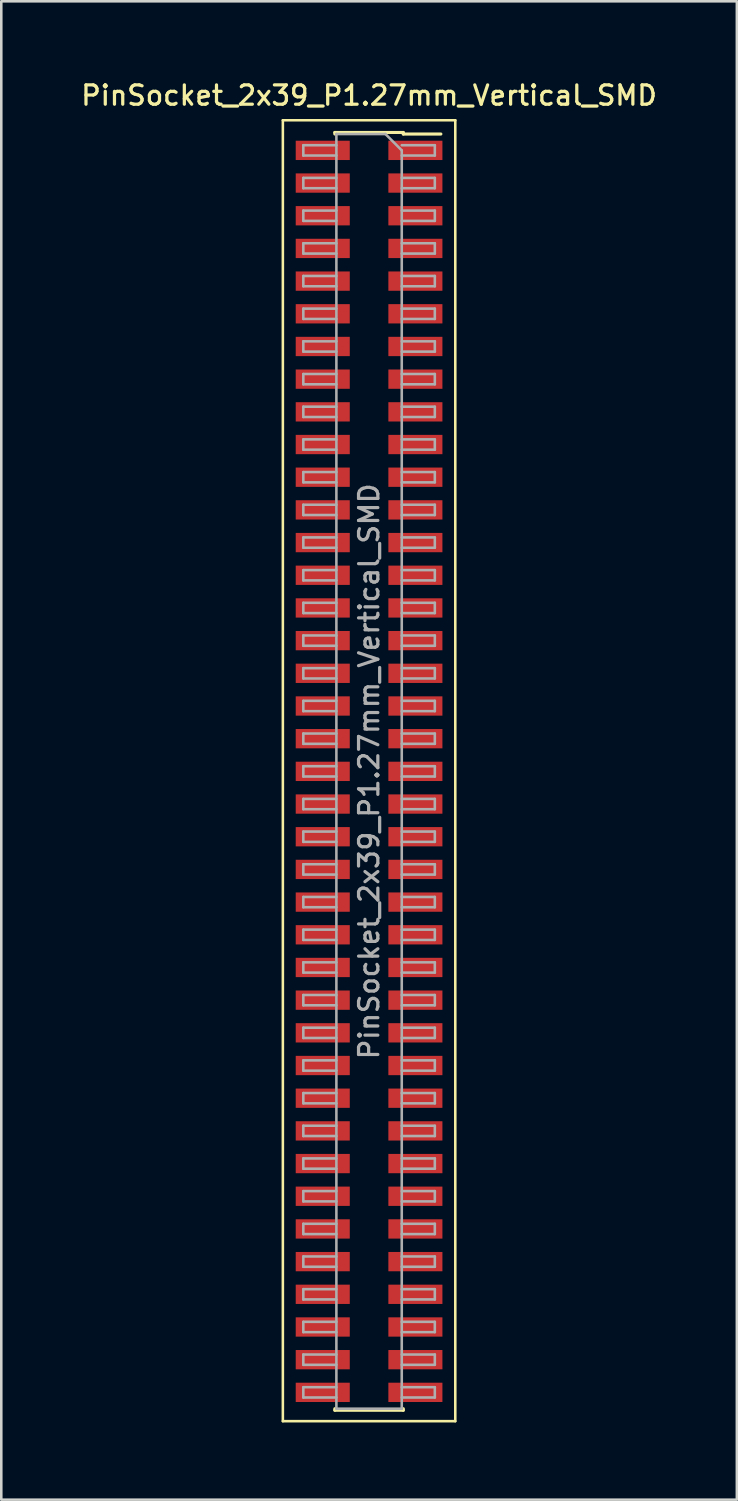
<source format=kicad_pcb>
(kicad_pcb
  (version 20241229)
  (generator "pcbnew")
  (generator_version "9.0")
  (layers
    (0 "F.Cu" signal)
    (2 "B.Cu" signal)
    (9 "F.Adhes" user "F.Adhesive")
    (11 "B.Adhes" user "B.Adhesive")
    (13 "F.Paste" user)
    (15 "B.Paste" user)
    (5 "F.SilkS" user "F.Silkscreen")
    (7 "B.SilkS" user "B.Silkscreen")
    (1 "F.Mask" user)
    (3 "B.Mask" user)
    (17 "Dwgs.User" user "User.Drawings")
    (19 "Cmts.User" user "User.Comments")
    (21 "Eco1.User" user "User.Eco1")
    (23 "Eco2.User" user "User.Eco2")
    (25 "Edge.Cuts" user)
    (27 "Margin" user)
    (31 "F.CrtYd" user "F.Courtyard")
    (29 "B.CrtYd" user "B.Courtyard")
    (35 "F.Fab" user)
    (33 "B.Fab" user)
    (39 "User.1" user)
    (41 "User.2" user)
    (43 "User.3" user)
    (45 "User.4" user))
  (footprint "PinSocket_2x39_P1.27mm_Vertical_SMD"
    (layer "F.Cu")
    (at 11.291 26.923)
    (property "Reference" "PinSocket_2x39_P1.27mm_Vertical_SMD" (at 0 -26.265 0) (layer "F.SilkS") (effects (font (size 0.75 0.75) (thickness 0.125))))
    (attr smd)
    (fp_line (start -3.35 -25.3) (end 3.35 -25.3) (stroke (width 0.1) (type solid)) (layer "F.SilkS"))
    (fp_line (start -3.35 25.25) (end -3.35 -25.3) (stroke (width 0.1) (type solid)) (layer "F.SilkS"))
    (fp_line (start -1.33 -24.825) (end -1.33 -24.765) (stroke (width 0.12) (type solid)) (layer "F.SilkS"))
    (fp_line (start -1.33 -24.825) (end 1.33 -24.825) (stroke (width 0.12) (type solid)) (layer "F.SilkS"))
    (fp_line (start -1.33 24.765) (end -1.33 24.825) (stroke (width 0.12) (type solid)) (layer "F.SilkS"))
    (fp_line (start -1.33 24.825) (end 1.33 24.825) (stroke (width 0.12) (type solid)) (layer "F.SilkS"))
    (fp_line (start 1.33 -24.825) (end 1.33 -24.765) (stroke (width 0.12) (type solid)) (layer "F.SilkS"))
    (fp_line (start 1.33 -24.765) (end 2.79 -24.765) (stroke (width 0.12) (type solid)) (layer "F.SilkS"))
    (fp_line (start 1.33 24.765) (end 1.33 24.825) (stroke (width 0.12) (type solid)) (layer "F.SilkS"))
    (fp_line (start 3.35 -25.3) (end 3.35 25.25) (stroke (width 0.1) (type solid)) (layer "F.SilkS"))
    (fp_line (start 3.35 25.25) (end -3.35 25.25) (stroke (width 0.1) (type solid)) (layer "F.SilkS"))
    (fp_line (start -2.555 -24.33) (end -1.27 -24.33) (stroke (width 0.1) (type solid)) (layer "F.Fab"))
    (fp_line (start -2.555 -23.93) (end -2.555 -24.33) (stroke (width 0.1) (type solid)) (layer "F.Fab"))
    (fp_line (start -2.555 -23.06) (end -1.27 -23.06) (stroke (width 0.1) (type solid)) (layer "F.Fab"))
    (fp_line (start -2.555 -22.66) (end -2.555 -23.06) (stroke (width 0.1) (type solid)) (layer "F.Fab"))
    (fp_line (start -2.555 -21.79) (end -1.27 -21.79) (stroke (width 0.1) (type solid)) (layer "F.Fab"))
    (fp_line (start -2.555 -21.39) (end -2.555 -21.79) (stroke (width 0.1) (type solid)) (layer "F.Fab"))
    (fp_line (start -2.555 -20.52) (end -1.27 -20.52) (stroke (width 0.1) (type solid)) (layer "F.Fab"))
    (fp_line (start -2.555 -20.12) (end -2.555 -20.52) (stroke (width 0.1) (type solid)) (layer "F.Fab"))
    (fp_line (start -2.555 -19.25) (end -1.27 -19.25) (stroke (width 0.1) (type solid)) (layer "F.Fab"))
    (fp_line (start -2.555 -18.85) (end -2.555 -19.25) (stroke (width 0.1) (type solid)) (layer "F.Fab"))
    (fp_line (start -2.555 -17.98) (end -1.27 -17.98) (stroke (width 0.1) (type solid)) (layer "F.Fab"))
    (fp_line (start -2.555 -17.58) (end -2.555 -17.98) (stroke (width 0.1) (type solid)) (layer "F.Fab"))
    (fp_line (start -2.555 -16.71) (end -1.27 -16.71) (stroke (width 0.1) (type solid)) (layer "F.Fab"))
    (fp_line (start -2.555 -16.31) (end -2.555 -16.71) (stroke (width 0.1) (type solid)) (layer "F.Fab"))
    (fp_line (start -2.555 -15.44) (end -1.27 -15.44) (stroke (width 0.1) (type solid)) (layer "F.Fab"))
    (fp_line (start -2.555 -15.04) (end -2.555 -15.44) (stroke (width 0.1) (type solid)) (layer "F.Fab"))
    (fp_line (start -2.555 -14.17) (end -1.27 -14.17) (stroke (width 0.1) (type solid)) (layer "F.Fab"))
    (fp_line (start -2.555 -13.77) (end -2.555 -14.17) (stroke (width 0.1) (type solid)) (layer "F.Fab"))
    (fp_line (start -2.555 -12.9) (end -1.27 -12.9) (stroke (width 0.1) (type solid)) (layer "F.Fab"))
    (fp_line (start -2.555 -12.5) (end -2.555 -12.9) (stroke (width 0.1) (type solid)) (layer "F.Fab"))
    (fp_line (start -2.555 -11.63) (end -1.27 -11.63) (stroke (width 0.1) (type solid)) (layer "F.Fab"))
    (fp_line (start -2.555 -11.23) (end -2.555 -11.63) (stroke (width 0.1) (type solid)) (layer "F.Fab"))
    (fp_line (start -2.555 -10.36) (end -1.27 -10.36) (stroke (width 0.1) (type solid)) (layer "F.Fab"))
    (fp_line (start -2.555 -9.96) (end -2.555 -10.36) (stroke (width 0.1) (type solid)) (layer "F.Fab"))
    (fp_line (start -2.555 -9.09) (end -1.27 -9.09) (stroke (width 0.1) (type solid)) (layer "F.Fab"))
    (fp_line (start -2.555 -8.69) (end -2.555 -9.09) (stroke (width 0.1) (type solid)) (layer "F.Fab"))
    (fp_line (start -2.555 -7.82) (end -1.27 -7.82) (stroke (width 0.1) (type solid)) (layer "F.Fab"))
    (fp_line (start -2.555 -7.42) (end -2.555 -7.82) (stroke (width 0.1) (type solid)) (layer "F.Fab"))
    (fp_line (start -2.555 -6.55) (end -1.27 -6.55) (stroke (width 0.1) (type solid)) (layer "F.Fab"))
    (fp_line (start -2.555 -6.15) (end -2.555 -6.55) (stroke (width 0.1) (type solid)) (layer "F.Fab"))
    (fp_line (start -2.555 -5.28) (end -1.27 -5.28) (stroke (width 0.1) (type solid)) (layer "F.Fab"))
    (fp_line (start -2.555 -4.88) (end -2.555 -5.28) (stroke (width 0.1) (type solid)) (layer "F.Fab"))
    (fp_line (start -2.555 -4.01) (end -1.27 -4.01) (stroke (width 0.1) (type solid)) (layer "F.Fab"))
    (fp_line (start -2.555 -3.61) (end -2.555 -4.01) (stroke (width 0.1) (type solid)) (layer "F.Fab"))
    (fp_line (start -2.555 -2.74) (end -1.27 -2.74) (stroke (width 0.1) (type solid)) (layer "F.Fab"))
    (fp_line (start -2.555 -2.34) (end -2.555 -2.74) (stroke (width 0.1) (type solid)) (layer "F.Fab"))
    (fp_line (start -2.555 -1.47) (end -1.27 -1.47) (stroke (width 0.1) (type solid)) (layer "F.Fab"))
    (fp_line (start -2.555 -1.07) (end -2.555 -1.47) (stroke (width 0.1) (type solid)) (layer "F.Fab"))
    (fp_line (start -2.555 -0.2) (end -1.27 -0.2) (stroke (width 0.1) (type solid)) (layer "F.Fab"))
    (fp_line (start -2.555 0.2) (end -2.555 -0.2) (stroke (width 0.1) (type solid)) (layer "F.Fab"))
    (fp_line (start -2.555 1.07) (end -1.27 1.07) (stroke (width 0.1) (type solid)) (layer "F.Fab"))
    (fp_line (start -2.555 1.47) (end -2.555 1.07) (stroke (width 0.1) (type solid)) (layer "F.Fab"))
    (fp_line (start -2.555 2.34) (end -1.27 2.34) (stroke (width 0.1) (type solid)) (layer "F.Fab"))
    (fp_line (start -2.555 2.74) (end -2.555 2.34) (stroke (width 0.1) (type solid)) (layer "F.Fab"))
    (fp_line (start -2.555 3.61) (end -1.27 3.61) (stroke (width 0.1) (type solid)) (layer "F.Fab"))
    (fp_line (start -2.555 4.01) (end -2.555 3.61) (stroke (width 0.1) (type solid)) (layer "F.Fab"))
    (fp_line (start -2.555 4.88) (end -1.27 4.88) (stroke (width 0.1) (type solid)) (layer "F.Fab"))
    (fp_line (start -2.555 5.28) (end -2.555 4.88) (stroke (width 0.1) (type solid)) (layer "F.Fab"))
    (fp_line (start -2.555 6.15) (end -1.27 6.15) (stroke (width 0.1) (type solid)) (layer "F.Fab"))
    (fp_line (start -2.555 6.55) (end -2.555 6.15) (stroke (width 0.1) (type solid)) (layer "F.Fab"))
    (fp_line (start -2.555 7.42) (end -1.27 7.42) (stroke (width 0.1) (type solid)) (layer "F.Fab"))
    (fp_line (start -2.555 7.82) (end -2.555 7.42) (stroke (width 0.1) (type solid)) (layer "F.Fab"))
    (fp_line (start -2.555 8.69) (end -1.27 8.69) (stroke (width 0.1) (type solid)) (layer "F.Fab"))
    (fp_line (start -2.555 9.09) (end -2.555 8.69) (stroke (width 0.1) (type solid)) (layer "F.Fab"))
    (fp_line (start -2.555 9.96) (end -1.27 9.96) (stroke (width 0.1) (type solid)) (layer "F.Fab"))
    (fp_line (start -2.555 10.36) (end -2.555 9.96) (stroke (width 0.1) (type solid)) (layer "F.Fab"))
    (fp_line (start -2.555 11.23) (end -1.27 11.23) (stroke (width 0.1) (type solid)) (layer "F.Fab"))
    (fp_line (start -2.555 11.63) (end -2.555 11.23) (stroke (width 0.1) (type solid)) (layer "F.Fab"))
    (fp_line (start -2.555 12.5) (end -1.27 12.5) (stroke (width 0.1) (type solid)) (layer "F.Fab"))
    (fp_line (start -2.555 12.9) (end -2.555 12.5) (stroke (width 0.1) (type solid)) (layer "F.Fab"))
    (fp_line (start -2.555 13.77) (end -1.27 13.77) (stroke (width 0.1) (type solid)) (layer "F.Fab"))
    (fp_line (start -2.555 14.17) (end -2.555 13.77) (stroke (width 0.1) (type solid)) (layer "F.Fab"))
    (fp_line (start -2.555 15.04) (end -1.27 15.04) (stroke (width 0.1) (type solid)) (layer "F.Fab"))
    (fp_line (start -2.555 15.44) (end -2.555 15.04) (stroke (width 0.1) (type solid)) (layer "F.Fab"))
    (fp_line (start -2.555 16.31) (end -1.27 16.31) (stroke (width 0.1) (type solid)) (layer "F.Fab"))
    (fp_line (start -2.555 16.71) (end -2.555 16.31) (stroke (width 0.1) (type solid)) (layer "F.Fab"))
    (fp_line (start -2.555 17.58) (end -1.27 17.58) (stroke (width 0.1) (type solid)) (layer "F.Fab"))
    (fp_line (start -2.555 17.98) (end -2.555 17.58) (stroke (width 0.1) (type solid)) (layer "F.Fab"))
    (fp_line (start -2.555 18.85) (end -1.27 18.85) (stroke (width 0.1) (type solid)) (layer "F.Fab"))
    (fp_line (start -2.555 19.25) (end -2.555 18.85) (stroke (width 0.1) (type solid)) (layer "F.Fab"))
    (fp_line (start -2.555 20.12) (end -1.27 20.12) (stroke (width 0.1) (type solid)) (layer "F.Fab"))
    (fp_line (start -2.555 20.52) (end -2.555 20.12) (stroke (width 0.1) (type solid)) (layer "F.Fab"))
    (fp_line (start -2.555 21.39) (end -1.27 21.39) (stroke (width 0.1) (type solid)) (layer "F.Fab"))
    (fp_line (start -2.555 21.79) (end -2.555 21.39) (stroke (width 0.1) (type solid)) (layer "F.Fab"))
    (fp_line (start -2.555 22.66) (end -1.27 22.66) (stroke (width 0.1) (type solid)) (layer "F.Fab"))
    (fp_line (start -2.555 23.06) (end -2.555 22.66) (stroke (width 0.1) (type solid)) (layer "F.Fab"))
    (fp_line (start -2.555 23.93) (end -1.27 23.93) (stroke (width 0.1) (type solid)) (layer "F.Fab"))
    (fp_line (start -2.555 24.33) (end -2.555 23.93) (stroke (width 0.1) (type solid)) (layer "F.Fab"))
    (fp_line (start -1.27 -24.765) (end 0.635 -24.765) (stroke (width 0.1) (type solid)) (layer "F.Fab"))
    (fp_line (start -1.27 -23.93) (end -2.555 -23.93) (stroke (width 0.1) (type solid)) (layer "F.Fab"))
    (fp_line (start -1.27 -22.66) (end -2.555 -22.66) (stroke (width 0.1) (type solid)) (layer "F.Fab"))
    (fp_line (start -1.27 -21.39) (end -2.555 -21.39) (stroke (width 0.1) (type solid)) (layer "F.Fab"))
    (fp_line (start -1.27 -20.12) (end -2.555 -20.12) (stroke (width 0.1) (type solid)) (layer "F.Fab"))
    (fp_line (start -1.27 -18.85) (end -2.555 -18.85) (stroke (width 0.1) (type solid)) (layer "F.Fab"))
    (fp_line (start -1.27 -17.58) (end -2.555 -17.58) (stroke (width 0.1) (type solid)) (layer "F.Fab"))
    (fp_line (start -1.27 -16.31) (end -2.555 -16.31) (stroke (width 0.1) (type solid)) (layer "F.Fab"))
    (fp_line (start -1.27 -15.04) (end -2.555 -15.04) (stroke (width 0.1) (type solid)) (layer "F.Fab"))
    (fp_line (start -1.27 -13.77) (end -2.555 -13.77) (stroke (width 0.1) (type solid)) (layer "F.Fab"))
    (fp_line (start -1.27 -12.5) (end -2.555 -12.5) (stroke (width 0.1) (type solid)) (layer "F.Fab"))
    (fp_line (start -1.27 -11.23) (end -2.555 -11.23) (stroke (width 0.1) (type solid)) (layer "F.Fab"))
    (fp_line (start -1.27 -9.96) (end -2.555 -9.96) (stroke (width 0.1) (type solid)) (layer "F.Fab"))
    (fp_line (start -1.27 -8.69) (end -2.555 -8.69) (stroke (width 0.1) (type solid)) (layer "F.Fab"))
    (fp_line (start -1.27 -7.42) (end -2.555 -7.42) (stroke (width 0.1) (type solid)) (layer "F.Fab"))
    (fp_line (start -1.27 -6.15) (end -2.555 -6.15) (stroke (width 0.1) (type solid)) (layer "F.Fab"))
    (fp_line (start -1.27 -4.88) (end -2.555 -4.88) (stroke (width 0.1) (type solid)) (layer "F.Fab"))
    (fp_line (start -1.27 -3.61) (end -2.555 -3.61) (stroke (width 0.1) (type solid)) (layer "F.Fab"))
    (fp_line (start -1.27 -2.34) (end -2.555 -2.34) (stroke (width 0.1) (type solid)) (layer "F.Fab"))
    (fp_line (start -1.27 -1.07) (end -2.555 -1.07) (stroke (width 0.1) (type solid)) (layer "F.Fab"))
    (fp_line (start -1.27 0.2) (end -2.555 0.2) (stroke (width 0.1) (type solid)) (layer "F.Fab"))
    (fp_line (start -1.27 1.47) (end -2.555 1.47) (stroke (width 0.1) (type solid)) (layer "F.Fab"))
    (fp_line (start -1.27 2.74) (end -2.555 2.74) (stroke (width 0.1) (type solid)) (layer "F.Fab"))
    (fp_line (start -1.27 4.01) (end -2.555 4.01) (stroke (width 0.1) (type solid)) (layer "F.Fab"))
    (fp_line (start -1.27 5.28) (end -2.555 5.28) (stroke (width 0.1) (type solid)) (layer "F.Fab"))
    (fp_line (start -1.27 6.55) (end -2.555 6.55) (stroke (width 0.1) (type solid)) (layer "F.Fab"))
    (fp_line (start -1.27 7.82) (end -2.555 7.82) (stroke (width 0.1) (type solid)) (layer "F.Fab"))
    (fp_line (start -1.27 9.09) (end -2.555 9.09) (stroke (width 0.1) (type solid)) (layer "F.Fab"))
    (fp_line (start -1.27 10.36) (end -2.555 10.36) (stroke (width 0.1) (type solid)) (layer "F.Fab"))
    (fp_line (start -1.27 11.63) (end -2.555 11.63) (stroke (width 0.1) (type solid)) (layer "F.Fab"))
    (fp_line (start -1.27 12.9) (end -2.555 12.9) (stroke (width 0.1) (type solid)) (layer "F.Fab"))
    (fp_line (start -1.27 14.17) (end -2.555 14.17) (stroke (width 0.1) (type solid)) (layer "F.Fab"))
    (fp_line (start -1.27 15.44) (end -2.555 15.44) (stroke (width 0.1) (type solid)) (layer "F.Fab"))
    (fp_line (start -1.27 16.71) (end -2.555 16.71) (stroke (width 0.1) (type solid)) (layer "F.Fab"))
    (fp_line (start -1.27 17.98) (end -2.555 17.98) (stroke (width 0.1) (type solid)) (layer "F.Fab"))
    (fp_line (start -1.27 19.25) (end -2.555 19.25) (stroke (width 0.1) (type solid)) (layer "F.Fab"))
    (fp_line (start -1.27 20.52) (end -2.555 20.52) (stroke (width 0.1) (type solid)) (layer "F.Fab"))
    (fp_line (start -1.27 21.79) (end -2.555 21.79) (stroke (width 0.1) (type solid)) (layer "F.Fab"))
    (fp_line (start -1.27 23.06) (end -2.555 23.06) (stroke (width 0.1) (type solid)) (layer "F.Fab"))
    (fp_line (start -1.27 24.33) (end -2.555 24.33) (stroke (width 0.1) (type solid)) (layer "F.Fab"))
    (fp_line (start -1.27 24.765) (end -1.27 -24.765) (stroke (width 0.1) (type solid)) (layer "F.Fab"))
    (fp_line (start 0.635 -24.765) (end 1.27 -24.13) (stroke (width 0.1) (type solid)) (layer "F.Fab"))
    (fp_line (start 1.27 -24.33) (end 2.555 -24.33) (stroke (width 0.1) (type solid)) (layer "F.Fab"))
    (fp_line (start 1.27 -24.13) (end 1.27 24.765) (stroke (width 0.1) (type solid)) (layer "F.Fab"))
    (fp_line (start 1.27 -23.06) (end 2.555 -23.06) (stroke (width 0.1) (type solid)) (layer "F.Fab"))
    (fp_line (start 1.27 -21.79) (end 2.555 -21.79) (stroke (width 0.1) (type solid)) (layer "F.Fab"))
    (fp_line (start 1.27 -20.52) (end 2.555 -20.52) (stroke (width 0.1) (type solid)) (layer "F.Fab"))
    (fp_line (start 1.27 -19.25) (end 2.555 -19.25) (stroke (width 0.1) (type solid)) (layer "F.Fab"))
    (fp_line (start 1.27 -17.98) (end 2.555 -17.98) (stroke (width 0.1) (type solid)) (layer "F.Fab"))
    (fp_line (start 1.27 -16.71) (end 2.555 -16.71) (stroke (width 0.1) (type solid)) (layer "F.Fab"))
    (fp_line (start 1.27 -15.44) (end 2.555 -15.44) (stroke (width 0.1) (type solid)) (layer "F.Fab"))
    (fp_line (start 1.27 -14.17) (end 2.555 -14.17) (stroke (width 0.1) (type solid)) (layer "F.Fab"))
    (fp_line (start 1.27 -12.9) (end 2.555 -12.9) (stroke (width 0.1) (type solid)) (layer "F.Fab"))
    (fp_line (start 1.27 -11.63) (end 2.555 -11.63) (stroke (width 0.1) (type solid)) (layer "F.Fab"))
    (fp_line (start 1.27 -10.36) (end 2.555 -10.36) (stroke (width 0.1) (type solid)) (layer "F.Fab"))
    (fp_line (start 1.27 -9.09) (end 2.555 -9.09) (stroke (width 0.1) (type solid)) (layer "F.Fab"))
    (fp_line (start 1.27 -7.82) (end 2.555 -7.82) (stroke (width 0.1) (type solid)) (layer "F.Fab"))
    (fp_line (start 1.27 -6.55) (end 2.555 -6.55) (stroke (width 0.1) (type solid)) (layer "F.Fab"))
    (fp_line (start 1.27 -5.28) (end 2.555 -5.28) (stroke (width 0.1) (type solid)) (layer "F.Fab"))
    (fp_line (start 1.27 -4.01) (end 2.555 -4.01) (stroke (width 0.1) (type solid)) (layer "F.Fab"))
    (fp_line (start 1.27 -2.74) (end 2.555 -2.74) (stroke (width 0.1) (type solid)) (layer "F.Fab"))
    (fp_line (start 1.27 -1.47) (end 2.555 -1.47) (stroke (width 0.1) (type solid)) (layer "F.Fab"))
    (fp_line (start 1.27 -0.2) (end 2.555 -0.2) (stroke (width 0.1) (type solid)) (layer "F.Fab"))
    (fp_line (start 1.27 1.07) (end 2.555 1.07) (stroke (width 0.1) (type solid)) (layer "F.Fab"))
    (fp_line (start 1.27 2.34) (end 2.555 2.34) (stroke (width 0.1) (type solid)) (layer "F.Fab"))
    (fp_line (start 1.27 3.61) (end 2.555 3.61) (stroke (width 0.1) (type solid)) (layer "F.Fab"))
    (fp_line (start 1.27 4.88) (end 2.555 4.88) (stroke (width 0.1) (type solid)) (layer "F.Fab"))
    (fp_line (start 1.27 6.15) (end 2.555 6.15) (stroke (width 0.1) (type solid)) (layer "F.Fab"))
    (fp_line (start 1.27 7.42) (end 2.555 7.42) (stroke (width 0.1) (type solid)) (layer "F.Fab"))
    (fp_line (start 1.27 8.69) (end 2.555 8.69) (stroke (width 0.1) (type solid)) (layer "F.Fab"))
    (fp_line (start 1.27 9.96) (end 2.555 9.96) (stroke (width 0.1) (type solid)) (layer "F.Fab"))
    (fp_line (start 1.27 11.23) (end 2.555 11.23) (stroke (width 0.1) (type solid)) (layer "F.Fab"))
    (fp_line (start 1.27 12.5) (end 2.555 12.5) (stroke (width 0.1) (type solid)) (layer "F.Fab"))
    (fp_line (start 1.27 13.77) (end 2.555 13.77) (stroke (width 0.1) (type solid)) (layer "F.Fab"))
    (fp_line (start 1.27 15.04) (end 2.555 15.04) (stroke (width 0.1) (type solid)) (layer "F.Fab"))
    (fp_line (start 1.27 16.31) (end 2.555 16.31) (stroke (width 0.1) (type solid)) (layer "F.Fab"))
    (fp_line (start 1.27 17.58) (end 2.555 17.58) (stroke (width 0.1) (type solid)) (layer "F.Fab"))
    (fp_line (start 1.27 18.85) (end 2.555 18.85) (stroke (width 0.1) (type solid)) (layer "F.Fab"))
    (fp_line (start 1.27 20.12) (end 2.555 20.12) (stroke (width 0.1) (type solid)) (layer "F.Fab"))
    (fp_line (start 1.27 21.39) (end 2.555 21.39) (stroke (width 0.1) (type solid)) (layer "F.Fab"))
    (fp_line (start 1.27 22.66) (end 2.555 22.66) (stroke (width 0.1) (type solid)) (layer "F.Fab"))
    (fp_line (start 1.27 23.93) (end 2.555 23.93) (stroke (width 0.1) (type solid)) (layer "F.Fab"))
    (fp_line (start 1.27 24.765) (end -1.27 24.765) (stroke (width 0.1) (type solid)) (layer "F.Fab"))
    (fp_line (start 2.555 -24.33) (end 2.555 -23.93) (stroke (width 0.1) (type solid)) (layer "F.Fab"))
    (fp_line (start 2.555 -23.93) (end 1.27 -23.93) (stroke (width 0.1) (type solid)) (layer "F.Fab"))
    (fp_line (start 2.555 -23.06) (end 2.555 -22.66) (stroke (width 0.1) (type solid)) (layer "F.Fab"))
    (fp_line (start 2.555 -22.66) (end 1.27 -22.66) (stroke (width 0.1) (type solid)) (layer "F.Fab"))
    (fp_line (start 2.555 -21.79) (end 2.555 -21.39) (stroke (width 0.1) (type solid)) (layer "F.Fab"))
    (fp_line (start 2.555 -21.39) (end 1.27 -21.39) (stroke (width 0.1) (type solid)) (layer "F.Fab"))
    (fp_line (start 2.555 -20.52) (end 2.555 -20.12) (stroke (width 0.1) (type solid)) (layer "F.Fab"))
    (fp_line (start 2.555 -20.12) (end 1.27 -20.12) (stroke (width 0.1) (type solid)) (layer "F.Fab"))
    (fp_line (start 2.555 -19.25) (end 2.555 -18.85) (stroke (width 0.1) (type solid)) (layer "F.Fab"))
    (fp_line (start 2.555 -18.85) (end 1.27 -18.85) (stroke (width 0.1) (type solid)) (layer "F.Fab"))
    (fp_line (start 2.555 -17.98) (end 2.555 -17.58) (stroke (width 0.1) (type solid)) (layer "F.Fab"))
    (fp_line (start 2.555 -17.58) (end 1.27 -17.58) (stroke (width 0.1) (type solid)) (layer "F.Fab"))
    (fp_line (start 2.555 -16.71) (end 2.555 -16.31) (stroke (width 0.1) (type solid)) (layer "F.Fab"))
    (fp_line (start 2.555 -16.31) (end 1.27 -16.31) (stroke (width 0.1) (type solid)) (layer "F.Fab"))
    (fp_line (start 2.555 -15.44) (end 2.555 -15.04) (stroke (width 0.1) (type solid)) (layer "F.Fab"))
    (fp_line (start 2.555 -15.04) (end 1.27 -15.04) (stroke (width 0.1) (type solid)) (layer "F.Fab"))
    (fp_line (start 2.555 -14.17) (end 2.555 -13.77) (stroke (width 0.1) (type solid)) (layer "F.Fab"))
    (fp_line (start 2.555 -13.77) (end 1.27 -13.77) (stroke (width 0.1) (type solid)) (layer "F.Fab"))
    (fp_line (start 2.555 -12.9) (end 2.555 -12.5) (stroke (width 0.1) (type solid)) (layer "F.Fab"))
    (fp_line (start 2.555 -12.5) (end 1.27 -12.5) (stroke (width 0.1) (type solid)) (layer "F.Fab"))
    (fp_line (start 2.555 -11.63) (end 2.555 -11.23) (stroke (width 0.1) (type solid)) (layer "F.Fab"))
    (fp_line (start 2.555 -11.23) (end 1.27 -11.23) (stroke (width 0.1) (type solid)) (layer "F.Fab"))
    (fp_line (start 2.555 -10.36) (end 2.555 -9.96) (stroke (width 0.1) (type solid)) (layer "F.Fab"))
    (fp_line (start 2.555 -9.96) (end 1.27 -9.96) (stroke (width 0.1) (type solid)) (layer "F.Fab"))
    (fp_line (start 2.555 -9.09) (end 2.555 -8.69) (stroke (width 0.1) (type solid)) (layer "F.Fab"))
    (fp_line (start 2.555 -8.69) (end 1.27 -8.69) (stroke (width 0.1) (type solid)) (layer "F.Fab"))
    (fp_line (start 2.555 -7.82) (end 2.555 -7.42) (stroke (width 0.1) (type solid)) (layer "F.Fab"))
    (fp_line (start 2.555 -7.42) (end 1.27 -7.42) (stroke (width 0.1) (type solid)) (layer "F.Fab"))
    (fp_line (start 2.555 -6.55) (end 2.555 -6.15) (stroke (width 0.1) (type solid)) (layer "F.Fab"))
    (fp_line (start 2.555 -6.15) (end 1.27 -6.15) (stroke (width 0.1) (type solid)) (layer "F.Fab"))
    (fp_line (start 2.555 -5.28) (end 2.555 -4.88) (stroke (width 0.1) (type solid)) (layer "F.Fab"))
    (fp_line (start 2.555 -4.88) (end 1.27 -4.88) (stroke (width 0.1) (type solid)) (layer "F.Fab"))
    (fp_line (start 2.555 -4.01) (end 2.555 -3.61) (stroke (width 0.1) (type solid)) (layer "F.Fab"))
    (fp_line (start 2.555 -3.61) (end 1.27 -3.61) (stroke (width 0.1) (type solid)) (layer "F.Fab"))
    (fp_line (start 2.555 -2.74) (end 2.555 -2.34) (stroke (width 0.1) (type solid)) (layer "F.Fab"))
    (fp_line (start 2.555 -2.34) (end 1.27 -2.34) (stroke (width 0.1) (type solid)) (layer "F.Fab"))
    (fp_line (start 2.555 -1.47) (end 2.555 -1.07) (stroke (width 0.1) (type solid)) (layer "F.Fab"))
    (fp_line (start 2.555 -1.07) (end 1.27 -1.07) (stroke (width 0.1) (type solid)) (layer "F.Fab"))
    (fp_line (start 2.555 -0.2) (end 2.555 0.2) (stroke (width 0.1) (type solid)) (layer "F.Fab"))
    (fp_line (start 2.555 0.2) (end 1.27 0.2) (stroke (width 0.1) (type solid)) (layer "F.Fab"))
    (fp_line (start 2.555 1.07) (end 2.555 1.47) (stroke (width 0.1) (type solid)) (layer "F.Fab"))
    (fp_line (start 2.555 1.47) (end 1.27 1.47) (stroke (width 0.1) (type solid)) (layer "F.Fab"))
    (fp_line (start 2.555 2.34) (end 2.555 2.74) (stroke (width 0.1) (type solid)) (layer "F.Fab"))
    (fp_line (start 2.555 2.74) (end 1.27 2.74) (stroke (width 0.1) (type solid)) (layer "F.Fab"))
    (fp_line (start 2.555 3.61) (end 2.555 4.01) (stroke (width 0.1) (type solid)) (layer "F.Fab"))
    (fp_line (start 2.555 4.01) (end 1.27 4.01) (stroke (width 0.1) (type solid)) (layer "F.Fab"))
    (fp_line (start 2.555 4.88) (end 2.555 5.28) (stroke (width 0.1) (type solid)) (layer "F.Fab"))
    (fp_line (start 2.555 5.28) (end 1.27 5.28) (stroke (width 0.1) (type solid)) (layer "F.Fab"))
    (fp_line (start 2.555 6.15) (end 2.555 6.55) (stroke (width 0.1) (type solid)) (layer "F.Fab"))
    (fp_line (start 2.555 6.55) (end 1.27 6.55) (stroke (width 0.1) (type solid)) (layer "F.Fab"))
    (fp_line (start 2.555 7.42) (end 2.555 7.82) (stroke (width 0.1) (type solid)) (layer "F.Fab"))
    (fp_line (start 2.555 7.82) (end 1.27 7.82) (stroke (width 0.1) (type solid)) (layer "F.Fab"))
    (fp_line (start 2.555 8.69) (end 2.555 9.09) (stroke (width 0.1) (type solid)) (layer "F.Fab"))
    (fp_line (start 2.555 9.09) (end 1.27 9.09) (stroke (width 0.1) (type solid)) (layer "F.Fab"))
    (fp_line (start 2.555 9.96) (end 2.555 10.36) (stroke (width 0.1) (type solid)) (layer "F.Fab"))
    (fp_line (start 2.555 10.36) (end 1.27 10.36) (stroke (width 0.1) (type solid)) (layer "F.Fab"))
    (fp_line (start 2.555 11.23) (end 2.555 11.63) (stroke (width 0.1) (type solid)) (layer "F.Fab"))
    (fp_line (start 2.555 11.63) (end 1.27 11.63) (stroke (width 0.1) (type solid)) (layer "F.Fab"))
    (fp_line (start 2.555 12.5) (end 2.555 12.9) (stroke (width 0.1) (type solid)) (layer "F.Fab"))
    (fp_line (start 2.555 12.9) (end 1.27 12.9) (stroke (width 0.1) (type solid)) (layer "F.Fab"))
    (fp_line (start 2.555 13.77) (end 2.555 14.17) (stroke (width 0.1) (type solid)) (layer "F.Fab"))
    (fp_line (start 2.555 14.17) (end 1.27 14.17) (stroke (width 0.1) (type solid)) (layer "F.Fab"))
    (fp_line (start 2.555 15.04) (end 2.555 15.44) (stroke (width 0.1) (type solid)) (layer "F.Fab"))
    (fp_line (start 2.555 15.44) (end 1.27 15.44) (stroke (width 0.1) (type solid)) (layer "F.Fab"))
    (fp_line (start 2.555 16.31) (end 2.555 16.71) (stroke (width 0.1) (type solid)) (layer "F.Fab"))
    (fp_line (start 2.555 16.71) (end 1.27 16.71) (stroke (width 0.1) (type solid)) (layer "F.Fab"))
    (fp_line (start 2.555 17.58) (end 2.555 17.98) (stroke (width 0.1) (type solid)) (layer "F.Fab"))
    (fp_line (start 2.555 17.98) (end 1.27 17.98) (stroke (width 0.1) (type solid)) (layer "F.Fab"))
    (fp_line (start 2.555 18.85) (end 2.555 19.25) (stroke (width 0.1) (type solid)) (layer "F.Fab"))
    (fp_line (start 2.555 19.25) (end 1.27 19.25) (stroke (width 0.1) (type solid)) (layer "F.Fab"))
    (fp_line (start 2.555 20.12) (end 2.555 20.52) (stroke (width 0.1) (type solid)) (layer "F.Fab"))
    (fp_line (start 2.555 20.52) (end 1.27 20.52) (stroke (width 0.1) (type solid)) (layer "F.Fab"))
    (fp_line (start 2.555 21.39) (end 2.555 21.79) (stroke (width 0.1) (type solid)) (layer "F.Fab"))
    (fp_line (start 2.555 21.79) (end 1.27 21.79) (stroke (width 0.1) (type solid)) (layer "F.Fab"))
    (fp_line (start 2.555 22.66) (end 2.555 23.06) (stroke (width 0.1) (type solid)) (layer "F.Fab"))
    (fp_line (start 2.555 23.06) (end 1.27 23.06) (stroke (width 0.1) (type solid)) (layer "F.Fab"))
    (fp_line (start 2.555 23.93) (end 2.555 24.33) (stroke (width 0.1) (type solid)) (layer "F.Fab"))
    (fp_line (start 2.555 24.33) (end 1.27 24.33) (stroke (width 0.1) (type solid)) (layer "F.Fab"))
    (fp_text user "${REFERENCE}" (at 0 0 90) (layer "F.Fab") (effects (font (size 0.75 0.75) (thickness 0.125))))
    (pad "1" smd rect (at 1.8 -24.13) (size 2.1 0.75) (layers "F.Cu" "F.Mask" "F.Paste"))
    (pad "2" smd rect (at -1.8 -24.13) (size 2.1 0.75) (layers "F.Cu" "F.Mask" "F.Paste"))
    (pad "3" smd rect (at 1.8 -22.86) (size 2.1 0.75) (layers "F.Cu" "F.Mask" "F.Paste"))
    (pad "4" smd rect (at -1.8 -22.86) (size 2.1 0.75) (layers "F.Cu" "F.Mask" "F.Paste"))
    (pad "5" smd rect (at 1.8 -21.59) (size 2.1 0.75) (layers "F.Cu" "F.Mask" "F.Paste"))
    (pad "6" smd rect (at -1.8 -21.59) (size 2.1 0.75) (layers "F.Cu" "F.Mask" "F.Paste"))
    (pad "7" smd rect (at 1.8 -20.32) (size 2.1 0.75) (layers "F.Cu" "F.Mask" "F.Paste"))
    (pad "8" smd rect (at -1.8 -20.32) (size 2.1 0.75) (layers "F.Cu" "F.Mask" "F.Paste"))
    (pad "9" smd rect (at 1.8 -19.05) (size 2.1 0.75) (layers "F.Cu" "F.Mask" "F.Paste"))
    (pad "10" smd rect (at -1.8 -19.05) (size 2.1 0.75) (layers "F.Cu" "F.Mask" "F.Paste"))
    (pad "11" smd rect (at 1.8 -17.78) (size 2.1 0.75) (layers "F.Cu" "F.Mask" "F.Paste"))
    (pad "12" smd rect (at -1.8 -17.78) (size 2.1 0.75) (layers "F.Cu" "F.Mask" "F.Paste"))
    (pad "13" smd rect (at 1.8 -16.51) (size 2.1 0.75) (layers "F.Cu" "F.Mask" "F.Paste"))
    (pad "14" smd rect (at -1.8 -16.51) (size 2.1 0.75) (layers "F.Cu" "F.Mask" "F.Paste"))
    (pad "15" smd rect (at 1.8 -15.24) (size 2.1 0.75) (layers "F.Cu" "F.Mask" "F.Paste"))
    (pad "16" smd rect (at -1.8 -15.24) (size 2.1 0.75) (layers "F.Cu" "F.Mask" "F.Paste"))
    (pad "17" smd rect (at 1.8 -13.97) (size 2.1 0.75) (layers "F.Cu" "F.Mask" "F.Paste"))
    (pad "18" smd rect (at -1.8 -13.97) (size 2.1 0.75) (layers "F.Cu" "F.Mask" "F.Paste"))
    (pad "19" smd rect (at 1.8 -12.7) (size 2.1 0.75) (layers "F.Cu" "F.Mask" "F.Paste"))
    (pad "20" smd rect (at -1.8 -12.7) (size 2.1 0.75) (layers "F.Cu" "F.Mask" "F.Paste"))
    (pad "21" smd rect (at 1.8 -11.43) (size 2.1 0.75) (layers "F.Cu" "F.Mask" "F.Paste"))
    (pad "22" smd rect (at -1.8 -11.43) (size 2.1 0.75) (layers "F.Cu" "F.Mask" "F.Paste"))
    (pad "23" smd rect (at 1.8 -10.16) (size 2.1 0.75) (layers "F.Cu" "F.Mask" "F.Paste"))
    (pad "24" smd rect (at -1.8 -10.16) (size 2.1 0.75) (layers "F.Cu" "F.Mask" "F.Paste"))
    (pad "25" smd rect (at 1.8 -8.89) (size 2.1 0.75) (layers "F.Cu" "F.Mask" "F.Paste"))
    (pad "26" smd rect (at -1.8 -8.89) (size 2.1 0.75) (layers "F.Cu" "F.Mask" "F.Paste"))
    (pad "27" smd rect (at 1.8 -7.62) (size 2.1 0.75) (layers "F.Cu" "F.Mask" "F.Paste"))
    (pad "28" smd rect (at -1.8 -7.62) (size 2.1 0.75) (layers "F.Cu" "F.Mask" "F.Paste"))
    (pad "29" smd rect (at 1.8 -6.35) (size 2.1 0.75) (layers "F.Cu" "F.Mask" "F.Paste"))
    (pad "30" smd rect (at -1.8 -6.35) (size 2.1 0.75) (layers "F.Cu" "F.Mask" "F.Paste"))
    (pad "31" smd rect (at 1.8 -5.08) (size 2.1 0.75) (layers "F.Cu" "F.Mask" "F.Paste"))
    (pad "32" smd rect (at -1.8 -5.08) (size 2.1 0.75) (layers "F.Cu" "F.Mask" "F.Paste"))
    (pad "33" smd rect (at 1.8 -3.81) (size 2.1 0.75) (layers "F.Cu" "F.Mask" "F.Paste"))
    (pad "34" smd rect (at -1.8 -3.81) (size 2.1 0.75) (layers "F.Cu" "F.Mask" "F.Paste"))
    (pad "35" smd rect (at 1.8 -2.54) (size 2.1 0.75) (layers "F.Cu" "F.Mask" "F.Paste"))
    (pad "36" smd rect (at -1.8 -2.54) (size 2.1 0.75) (layers "F.Cu" "F.Mask" "F.Paste"))
    (pad "37" smd rect (at 1.8 -1.27) (size 2.1 0.75) (layers "F.Cu" "F.Mask" "F.Paste"))
    (pad "38" smd rect (at -1.8 -1.27) (size 2.1 0.75) (layers "F.Cu" "F.Mask" "F.Paste"))
    (pad "39" smd rect (at 1.8 0) (size 2.1 0.75) (layers "F.Cu" "F.Mask" "F.Paste"))
    (pad "40" smd rect (at -1.8 0) (size 2.1 0.75) (layers "F.Cu" "F.Mask" "F.Paste"))
    (pad "41" smd rect (at 1.8 1.27) (size 2.1 0.75) (layers "F.Cu" "F.Mask" "F.Paste"))
    (pad "42" smd rect (at -1.8 1.27) (size 2.1 0.75) (layers "F.Cu" "F.Mask" "F.Paste"))
    (pad "43" smd rect (at 1.8 2.54) (size 2.1 0.75) (layers "F.Cu" "F.Mask" "F.Paste"))
    (pad "44" smd rect (at -1.8 2.54) (size 2.1 0.75) (layers "F.Cu" "F.Mask" "F.Paste"))
    (pad "45" smd rect (at 1.8 3.81) (size 2.1 0.75) (layers "F.Cu" "F.Mask" "F.Paste"))
    (pad "46" smd rect (at -1.8 3.81) (size 2.1 0.75) (layers "F.Cu" "F.Mask" "F.Paste"))
    (pad "47" smd rect (at 1.8 5.08) (size 2.1 0.75) (layers "F.Cu" "F.Mask" "F.Paste"))
    (pad "48" smd rect (at -1.8 5.08) (size 2.1 0.75) (layers "F.Cu" "F.Mask" "F.Paste"))
    (pad "49" smd rect (at 1.8 6.35) (size 2.1 0.75) (layers "F.Cu" "F.Mask" "F.Paste"))
    (pad "50" smd rect (at -1.8 6.35) (size 2.1 0.75) (layers "F.Cu" "F.Mask" "F.Paste"))
    (pad "51" smd rect (at 1.8 7.62) (size 2.1 0.75) (layers "F.Cu" "F.Mask" "F.Paste"))
    (pad "52" smd rect (at -1.8 7.62) (size 2.1 0.75) (layers "F.Cu" "F.Mask" "F.Paste"))
    (pad "53" smd rect (at 1.8 8.89) (size 2.1 0.75) (layers "F.Cu" "F.Mask" "F.Paste"))
    (pad "54" smd rect (at -1.8 8.89) (size 2.1 0.75) (layers "F.Cu" "F.Mask" "F.Paste"))
    (pad "55" smd rect (at 1.8 10.16) (size 2.1 0.75) (layers "F.Cu" "F.Mask" "F.Paste"))
    (pad "56" smd rect (at -1.8 10.16) (size 2.1 0.75) (layers "F.Cu" "F.Mask" "F.Paste"))
    (pad "57" smd rect (at 1.8 11.43) (size 2.1 0.75) (layers "F.Cu" "F.Mask" "F.Paste"))
    (pad "58" smd rect (at -1.8 11.43) (size 2.1 0.75) (layers "F.Cu" "F.Mask" "F.Paste"))
    (pad "59" smd rect (at 1.8 12.7) (size 2.1 0.75) (layers "F.Cu" "F.Mask" "F.Paste"))
    (pad "60" smd rect (at -1.8 12.7) (size 2.1 0.75) (layers "F.Cu" "F.Mask" "F.Paste"))
    (pad "61" smd rect (at 1.8 13.97) (size 2.1 0.75) (layers "F.Cu" "F.Mask" "F.Paste"))
    (pad "62" smd rect (at -1.8 13.97) (size 2.1 0.75) (layers "F.Cu" "F.Mask" "F.Paste"))
    (pad "63" smd rect (at 1.8 15.24) (size 2.1 0.75) (layers "F.Cu" "F.Mask" "F.Paste"))
    (pad "64" smd rect (at -1.8 15.24) (size 2.1 0.75) (layers "F.Cu" "F.Mask" "F.Paste"))
    (pad "65" smd rect (at 1.8 16.51) (size 2.1 0.75) (layers "F.Cu" "F.Mask" "F.Paste"))
    (pad "66" smd rect (at -1.8 16.51) (size 2.1 0.75) (layers "F.Cu" "F.Mask" "F.Paste"))
    (pad "67" smd rect (at 1.8 17.78) (size 2.1 0.75) (layers "F.Cu" "F.Mask" "F.Paste"))
    (pad "68" smd rect (at -1.8 17.78) (size 2.1 0.75) (layers "F.Cu" "F.Mask" "F.Paste"))
    (pad "69" smd rect (at 1.8 19.05) (size 2.1 0.75) (layers "F.Cu" "F.Mask" "F.Paste"))
    (pad "70" smd rect (at -1.8 19.05) (size 2.1 0.75) (layers "F.Cu" "F.Mask" "F.Paste"))
    (pad "71" smd rect (at 1.8 20.32) (size 2.1 0.75) (layers "F.Cu" "F.Mask" "F.Paste"))
    (pad "72" smd rect (at -1.8 20.32) (size 2.1 0.75) (layers "F.Cu" "F.Mask" "F.Paste"))
    (pad "73" smd rect (at 1.8 21.59) (size 2.1 0.75) (layers "F.Cu" "F.Mask" "F.Paste"))
    (pad "74" smd rect (at -1.8 21.59) (size 2.1 0.75) (layers "F.Cu" "F.Mask" "F.Paste"))
    (pad "75" smd rect (at 1.8 22.86) (size 2.1 0.75) (layers "F.Cu" "F.Mask" "F.Paste"))
    (pad "76" smd rect (at -1.8 22.86) (size 2.1 0.75) (layers "F.Cu" "F.Mask" "F.Paste"))
    (pad "77" smd rect (at 1.8 24.13) (size 2.1 0.75) (layers "F.Cu" "F.Mask" "F.Paste"))
    (pad "78" smd rect (at -1.8 24.13) (size 2.1 0.75) (layers "F.Cu" "F.Mask" "F.Paste")))
  (gr_rect
    (start -3 -3)
    (end 25.582 55.223)
    (stroke (width 0.1) (type default))
    (fill no)
    (layer "Edge.Cuts")))
</source>
